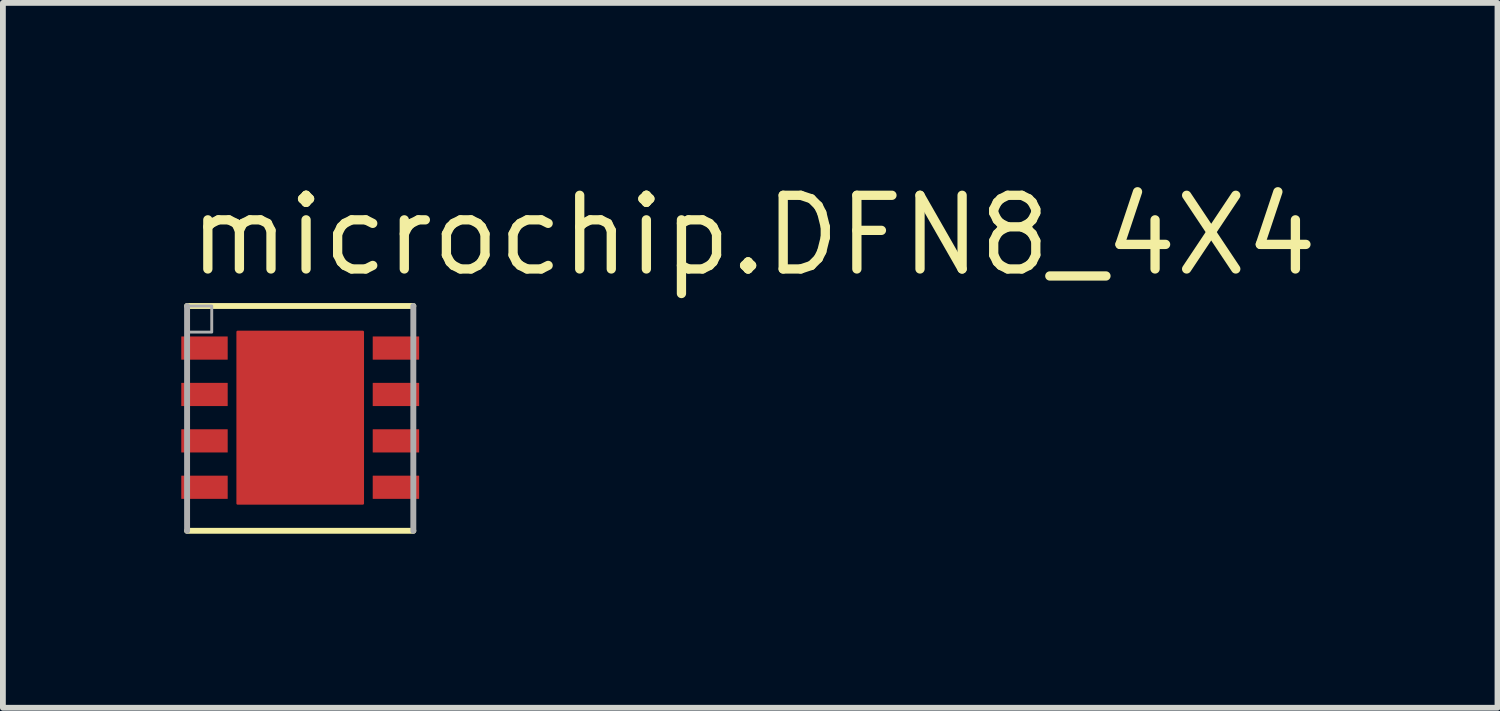
<source format=kicad_pcb>
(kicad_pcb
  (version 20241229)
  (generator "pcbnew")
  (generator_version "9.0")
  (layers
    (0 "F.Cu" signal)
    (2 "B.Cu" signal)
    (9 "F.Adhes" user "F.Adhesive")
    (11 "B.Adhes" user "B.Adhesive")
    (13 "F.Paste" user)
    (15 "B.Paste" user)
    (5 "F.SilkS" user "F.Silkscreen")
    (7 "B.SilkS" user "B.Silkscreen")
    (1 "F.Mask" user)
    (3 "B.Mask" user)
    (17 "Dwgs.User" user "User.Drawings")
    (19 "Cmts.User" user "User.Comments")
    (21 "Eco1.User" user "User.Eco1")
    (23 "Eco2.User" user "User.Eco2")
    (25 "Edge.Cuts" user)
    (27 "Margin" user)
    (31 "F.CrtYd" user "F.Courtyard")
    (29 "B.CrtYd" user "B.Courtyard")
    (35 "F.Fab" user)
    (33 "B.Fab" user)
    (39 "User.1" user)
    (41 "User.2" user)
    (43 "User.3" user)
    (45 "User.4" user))
  (footprint "microchip.DFN8_4X4"
    (layer "F.Cu")
    (at 2.125 4.15)
    (property "Reference" "microchip.DFN8_4X4" (at -2 -2.4 0) (layer "F.SilkS") (effects (font (size 1.27 1.27) (thickness 0.16)) (justify left bottom)))
    (attr smd)
    (fp_rect (start -2.1 -0.95) (end -1.2 -1.45) (stroke (width 0.05) (type default)) (fill yes) (layer "F.Mask"))
    (fp_rect (start -2.1 -0.15) (end -1.2 -0.65) (stroke (width 0.05) (type default)) (fill yes) (layer "F.Mask"))
    (fp_rect (start -2.1 0.65) (end -1.2 0.15) (stroke (width 0.05) (type default)) (fill yes) (layer "F.Mask"))
    (fp_rect (start -2.1 1.45) (end -1.2 0.95) (stroke (width 0.05) (type default)) (fill yes) (layer "F.Mask"))
    (fp_rect (start -1.15 1.55) (end 1.15 -1.55) (stroke (width 0.05) (type default)) (fill yes) (layer "F.Mask"))
    (fp_rect (start 1.2 -0.95) (end 2.1 -1.45) (stroke (width 0.05) (type default)) (fill yes) (layer "F.Mask"))
    (fp_rect (start 1.2 -0.15) (end 2.1 -0.65) (stroke (width 0.05) (type default)) (fill yes) (layer "F.Mask"))
    (fp_rect (start 1.2 0.65) (end 2.1 0.15) (stroke (width 0.05) (type default)) (fill yes) (layer "F.Mask"))
    (fp_rect (start 1.2 1.45) (end 2.1 0.95) (stroke (width 0.05) (type default)) (fill yes) (layer "F.Mask"))
    (fp_line (start -1.95 -1.925) (end 1.95 -1.925) (stroke (width 0.102) (type default)) (layer "F.SilkS"))
    (fp_line (start 1.95 1.95) (end -1.95 1.95) (stroke (width 0.102) (type default)) (layer "F.SilkS"))
    (fp_rect (start -2.025 -1.025) (end -1.275 -1.375) (stroke (width 0.05) (type default)) (fill yes) (layer "F.Paste"))
    (fp_rect (start -2.025 -0.225) (end -1.275 -0.575) (stroke (width 0.05) (type default)) (fill yes) (layer "F.Paste"))
    (fp_rect (start -2.025 0.575) (end -1.275 0.225) (stroke (width 0.05) (type default)) (fill yes) (layer "F.Paste"))
    (fp_rect (start -2.025 1.375) (end -1.275 1.025) (stroke (width 0.05) (type default)) (fill yes) (layer "F.Paste"))
    (fp_rect (start -0.95 1.35) (end 0.95 -1.35) (stroke (width 0.05) (type default)) (fill yes) (layer "F.Paste"))
    (fp_rect (start 1.275 -1.025) (end 2.025 -1.375) (stroke (width 0.05) (type default)) (fill yes) (layer "F.Paste"))
    (fp_rect (start 1.275 -0.225) (end 2.025 -0.575) (stroke (width 0.05) (type default)) (fill yes) (layer "F.Paste"))
    (fp_rect (start 1.275 0.575) (end 2.025 0.225) (stroke (width 0.05) (type default)) (fill yes) (layer "F.Paste"))
    (fp_rect (start 1.275 1.375) (end 2.025 1.025) (stroke (width 0.05) (type default)) (fill yes) (layer "F.Paste"))
    (fp_line (start -1.95 -1.925) (end -1.95 1.95) (stroke (width 0.102) (type default)) (layer "F.Fab"))
    (fp_line (start 1.95 1.95) (end 1.95 -1.925) (stroke (width 0.102) (type default)) (layer "F.Fab"))
    (fp_rect (start -1.95 -1.475) (end -1.525 -1.925) (stroke (width 0.05) (type default)) (fill no) (layer "F.Fab"))
    (pad "1" smd roundrect (at -1.65 -1.2) (size 0.8 0.4) (layers "F.Cu" "F.Mask" "F.Paste") (roundrect_rratio 0.01))
    (pad "2" smd roundrect (at -1.65 -0.4) (size 0.8 0.4) (layers "F.Cu" "F.Mask" "F.Paste") (roundrect_rratio 0.01))
    (pad "3" smd roundrect (at -1.65 0.4) (size 0.8 0.4) (layers "F.Cu" "F.Mask" "F.Paste") (roundrect_rratio 0.01))
    (pad "4" smd roundrect (at -1.65 1.2) (size 0.8 0.4) (layers "F.Cu" "F.Mask" "F.Paste") (roundrect_rratio 0.01))
    (pad "5" smd roundrect (at 1.65 1.2) (size 0.8 0.4) (layers "F.Cu" "F.Mask" "F.Paste") (roundrect_rratio 0.01))
    (pad "6" smd roundrect (at 1.65 0.4) (size 0.8 0.4) (layers "F.Cu" "F.Mask" "F.Paste") (roundrect_rratio 0.01))
    (pad "7" smd roundrect (at 1.65 -0.4) (size 0.8 0.4) (layers "F.Cu" "F.Mask" "F.Paste") (roundrect_rratio 0.01))
    (pad "8" smd roundrect (at 1.65 -1.2) (size 0.8 0.4) (layers "F.Cu" "F.Mask" "F.Paste") (roundrect_rratio 0.01))
    (pad "EXP" smd roundrect (at 0 0) (size 2.2 3) (layers "F.Cu" "F.Mask" "F.Paste") (roundrect_rratio 0.01)))
  (gr_rect
    (start -3 -3)
    (end 22.764 9.151)
    (stroke (width 0.1) (type default))
    (fill no)
    (layer "Edge.Cuts")))
</source>
